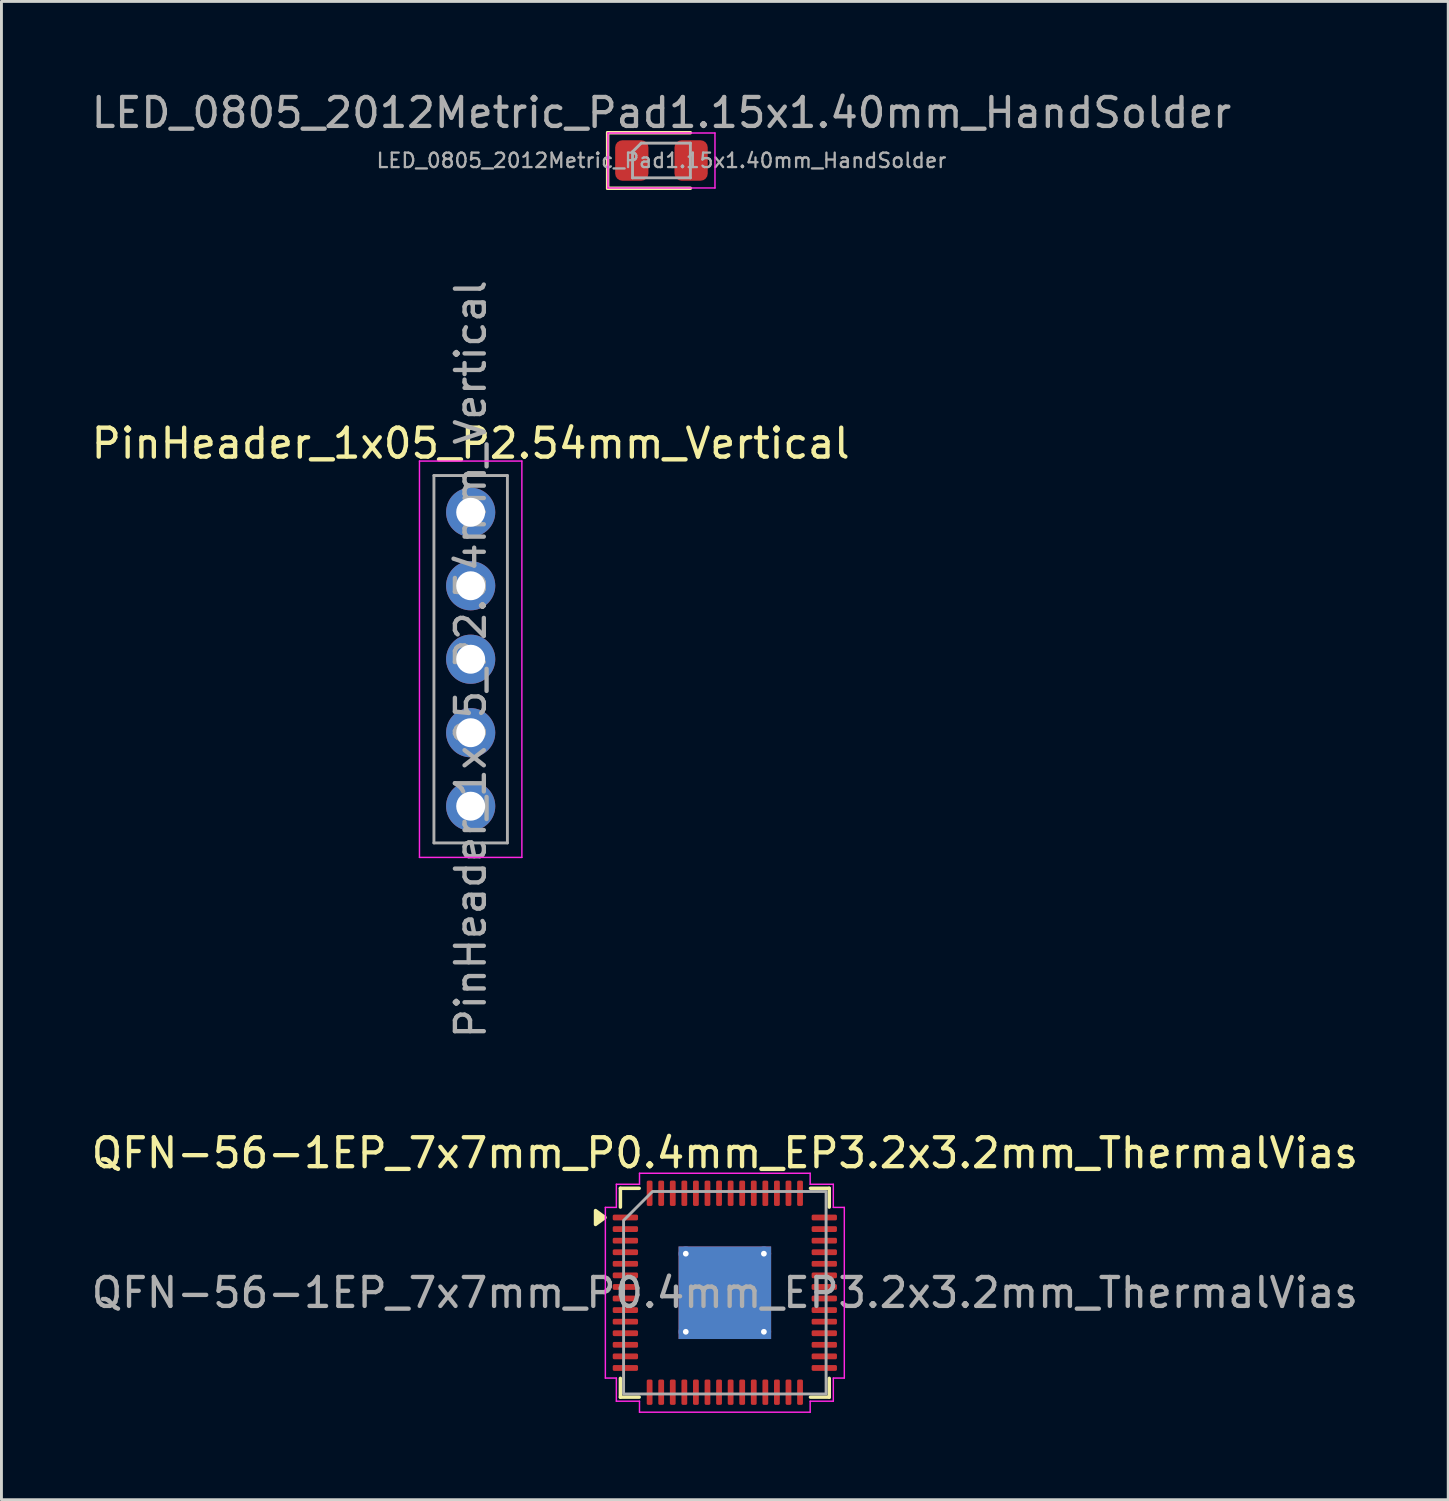
<source format=kicad_pcb>
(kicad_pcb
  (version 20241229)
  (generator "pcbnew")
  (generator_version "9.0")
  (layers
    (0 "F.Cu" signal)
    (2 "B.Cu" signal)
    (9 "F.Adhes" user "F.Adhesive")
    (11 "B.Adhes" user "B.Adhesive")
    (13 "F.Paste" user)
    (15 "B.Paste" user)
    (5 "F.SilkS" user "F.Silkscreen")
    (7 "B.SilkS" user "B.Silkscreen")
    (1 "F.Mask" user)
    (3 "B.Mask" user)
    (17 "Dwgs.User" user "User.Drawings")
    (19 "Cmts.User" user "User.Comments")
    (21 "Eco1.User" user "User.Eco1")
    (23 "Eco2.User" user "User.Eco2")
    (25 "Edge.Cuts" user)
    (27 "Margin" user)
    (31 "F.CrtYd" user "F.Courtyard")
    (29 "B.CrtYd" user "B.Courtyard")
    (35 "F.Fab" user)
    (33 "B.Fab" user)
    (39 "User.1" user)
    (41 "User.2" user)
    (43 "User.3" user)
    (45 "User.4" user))
  (footprint "QFN-56-1EP_7x7mm_P0.4mm_EP3.2x3.2mm_ThermalVias"
    (layer "F.Cu")
    (at 22.006 41.637)
    (property "Reference" "QFN-56-1EP_7x7mm_P0.4mm_EP3.2x3.2mm_ThermalVias" (at 0 -4.83 0) (layer "F.SilkS") (effects (font (size 1 1) (thickness 0.15))))
    (attr smd)
    (fp_line (start -3.61 -3.61) (end -2.96 -3.61) (stroke (width 0.12) (type solid)) (layer "F.SilkS"))
    (fp_line (start -3.61 -2.96) (end -3.61 -3.61) (stroke (width 0.12) (type solid)) (layer "F.SilkS"))
    (fp_line (start -3.61 3.61) (end -3.61 2.96) (stroke (width 0.12) (type solid)) (layer "F.SilkS"))
    (fp_line (start -2.96 3.61) (end -3.61 3.61) (stroke (width 0.12) (type solid)) (layer "F.SilkS"))
    (fp_line (start 2.96 -3.61) (end 3.61 -3.61) (stroke (width 0.12) (type solid)) (layer "F.SilkS"))
    (fp_line (start 3.61 -3.61) (end 3.61 -2.96) (stroke (width 0.12) (type solid)) (layer "F.SilkS"))
    (fp_line (start 3.61 2.96) (end 3.61 3.61) (stroke (width 0.12) (type solid)) (layer "F.SilkS"))
    (fp_line (start 3.61 3.61) (end 2.96 3.61) (stroke (width 0.12) (type solid)) (layer "F.SilkS"))
    (fp_poly (pts (xy -4.14 -2.6) (xy -4.47 -2.36) (xy -4.47 -2.84)) (stroke (width 0.12) (type solid)) (fill yes) (layer "F.SilkS"))
    (fp_line (start -4.13 -2.95) (end -3.75 -2.95) (stroke (width 0.05) (type solid)) (layer "F.CrtYd"))
    (fp_line (start -4.13 2.95) (end -4.13 -2.95) (stroke (width 0.05) (type solid)) (layer "F.CrtYd"))
    (fp_line (start -3.75 -3.75) (end -2.95 -3.75) (stroke (width 0.05) (type solid)) (layer "F.CrtYd"))
    (fp_line (start -3.75 -2.95) (end -3.75 -3.75) (stroke (width 0.05) (type solid)) (layer "F.CrtYd"))
    (fp_line (start -3.75 2.95) (end -4.13 2.95) (stroke (width 0.05) (type solid)) (layer "F.CrtYd"))
    (fp_line (start -3.75 3.75) (end -3.75 2.95) (stroke (width 0.05) (type solid)) (layer "F.CrtYd"))
    (fp_line (start -2.95 -4.13) (end 2.95 -4.13) (stroke (width 0.05) (type solid)) (layer "F.CrtYd"))
    (fp_line (start -2.95 -3.75) (end -2.95 -4.13) (stroke (width 0.05) (type solid)) (layer "F.CrtYd"))
    (fp_line (start -2.95 3.75) (end -3.75 3.75) (stroke (width 0.05) (type solid)) (layer "F.CrtYd"))
    (fp_line (start -2.95 4.13) (end -2.95 3.75) (stroke (width 0.05) (type solid)) (layer "F.CrtYd"))
    (fp_line (start 2.95 -4.13) (end 2.95 -3.75) (stroke (width 0.05) (type solid)) (layer "F.CrtYd"))
    (fp_line (start 2.95 -3.75) (end 3.75 -3.75) (stroke (width 0.05) (type solid)) (layer "F.CrtYd"))
    (fp_line (start 2.95 3.75) (end 2.95 4.13) (stroke (width 0.05) (type solid)) (layer "F.CrtYd"))
    (fp_line (start 2.95 4.13) (end -2.95 4.13) (stroke (width 0.05) (type solid)) (layer "F.CrtYd"))
    (fp_line (start 3.75 -3.75) (end 3.75 -2.95) (stroke (width 0.05) (type solid)) (layer "F.CrtYd"))
    (fp_line (start 3.75 -2.95) (end 4.13 -2.95) (stroke (width 0.05) (type solid)) (layer "F.CrtYd"))
    (fp_line (start 3.75 2.95) (end 3.75 3.75) (stroke (width 0.05) (type solid)) (layer "F.CrtYd"))
    (fp_line (start 3.75 3.75) (end 2.95 3.75) (stroke (width 0.05) (type solid)) (layer "F.CrtYd"))
    (fp_line (start 4.13 -2.95) (end 4.13 2.95) (stroke (width 0.05) (type solid)) (layer "F.CrtYd"))
    (fp_line (start 4.13 2.95) (end 3.75 2.95) (stroke (width 0.05) (type solid)) (layer "F.CrtYd"))
    (fp_poly (pts (xy -3.5 -2.5) (xy -3.5 3.5) (xy 3.5 3.5) (xy 3.5 -3.5) (xy -2.5 -3.5)) (stroke (width 0.1) (type solid)) (fill no) (layer "F.Fab"))
    (fp_text user "${REFERENCE}" (at 0 0 0) (layer "F.Fab") (effects (font (size 1 1) (thickness 0.15))))
    (pad "" smd roundrect (at -0.8 -0.8) (size 1.24 1.24) (layers "F.Paste") (roundrect_rratio 0.202))
    (pad "" smd roundrect (at -0.8 0.8) (size 1.24 1.24) (layers "F.Paste") (roundrect_rratio 0.202))
    (pad "" smd roundrect (at 0.8 -0.8) (size 1.24 1.24) (layers "F.Paste") (roundrect_rratio 0.202))
    (pad "" smd roundrect (at 0.8 0.8) (size 1.24 1.24) (layers "F.Paste") (roundrect_rratio 0.202))
    (pad "1" smd roundrect (at -3.438 -2.6) (size 0.875 0.2) (layers "F.Cu" "F.Mask" "F.Paste") (roundrect_rratio 0.25))
    (pad "2" smd roundrect (at -3.438 -2.2) (size 0.875 0.2) (layers "F.Cu" "F.Mask" "F.Paste") (roundrect_rratio 0.25))
    (pad "3" smd roundrect (at -3.438 -1.8) (size 0.875 0.2) (layers "F.Cu" "F.Mask" "F.Paste") (roundrect_rratio 0.25))
    (pad "4" smd roundrect (at -3.438 -1.4) (size 0.875 0.2) (layers "F.Cu" "F.Mask" "F.Paste") (roundrect_rratio 0.25))
    (pad "5" smd roundrect (at -3.438 -1) (size 0.875 0.2) (layers "F.Cu" "F.Mask" "F.Paste") (roundrect_rratio 0.25))
    (pad "6" smd roundrect (at -3.438 -0.6) (size 0.875 0.2) (layers "F.Cu" "F.Mask" "F.Paste") (roundrect_rratio 0.25))
    (pad "7" smd roundrect (at -3.438 -0.2) (size 0.875 0.2) (layers "F.Cu" "F.Mask" "F.Paste") (roundrect_rratio 0.25))
    (pad "8" smd roundrect (at -3.438 0.2) (size 0.875 0.2) (layers "F.Cu" "F.Mask" "F.Paste") (roundrect_rratio 0.25))
    (pad "9" smd roundrect (at -3.438 0.6) (size 0.875 0.2) (layers "F.Cu" "F.Mask" "F.Paste") (roundrect_rratio 0.25))
    (pad "10" smd roundrect (at -3.438 1) (size 0.875 0.2) (layers "F.Cu" "F.Mask" "F.Paste") (roundrect_rratio 0.25))
    (pad "11" smd roundrect (at -3.438 1.4) (size 0.875 0.2) (layers "F.Cu" "F.Mask" "F.Paste") (roundrect_rratio 0.25))
    (pad "12" smd roundrect (at -3.438 1.8) (size 0.875 0.2) (layers "F.Cu" "F.Mask" "F.Paste") (roundrect_rratio 0.25))
    (pad "13" smd roundrect (at -3.438 2.2) (size 0.875 0.2) (layers "F.Cu" "F.Mask" "F.Paste") (roundrect_rratio 0.25))
    (pad "14" smd roundrect (at -3.438 2.6) (size 0.875 0.2) (layers "F.Cu" "F.Mask" "F.Paste") (roundrect_rratio 0.25))
    (pad "15" smd roundrect (at -2.6 3.438) (size 0.2 0.875) (layers "F.Cu" "F.Mask" "F.Paste") (roundrect_rratio 0.25))
    (pad "16" smd roundrect (at -2.2 3.438) (size 0.2 0.875) (layers "F.Cu" "F.Mask" "F.Paste") (roundrect_rratio 0.25))
    (pad "17" smd roundrect (at -1.8 3.438) (size 0.2 0.875) (layers "F.Cu" "F.Mask" "F.Paste") (roundrect_rratio 0.25))
    (pad "18" smd roundrect (at -1.4 3.438) (size 0.2 0.875) (layers "F.Cu" "F.Mask" "F.Paste") (roundrect_rratio 0.25))
    (pad "19" smd roundrect (at -1 3.438) (size 0.2 0.875) (layers "F.Cu" "F.Mask" "F.Paste") (roundrect_rratio 0.25))
    (pad "20" smd roundrect (at -0.6 3.438) (size 0.2 0.875) (layers "F.Cu" "F.Mask" "F.Paste") (roundrect_rratio 0.25))
    (pad "21" smd roundrect (at -0.2 3.438) (size 0.2 0.875) (layers "F.Cu" "F.Mask" "F.Paste") (roundrect_rratio 0.25))
    (pad "22" smd roundrect (at 0.2 3.438) (size 0.2 0.875) (layers "F.Cu" "F.Mask" "F.Paste") (roundrect_rratio 0.25))
    (pad "23" smd roundrect (at 0.6 3.438) (size 0.2 0.875) (layers "F.Cu" "F.Mask" "F.Paste") (roundrect_rratio 0.25))
    (pad "24" smd roundrect (at 1 3.438) (size 0.2 0.875) (layers "F.Cu" "F.Mask" "F.Paste") (roundrect_rratio 0.25))
    (pad "25" smd roundrect (at 1.4 3.438) (size 0.2 0.875) (layers "F.Cu" "F.Mask" "F.Paste") (roundrect_rratio 0.25))
    (pad "26" smd roundrect (at 1.8 3.438) (size 0.2 0.875) (layers "F.Cu" "F.Mask" "F.Paste") (roundrect_rratio 0.25))
    (pad "27" smd roundrect (at 2.2 3.438) (size 0.2 0.875) (layers "F.Cu" "F.Mask" "F.Paste") (roundrect_rratio 0.25))
    (pad "28" smd roundrect (at 2.6 3.438) (size 0.2 0.875) (layers "F.Cu" "F.Mask" "F.Paste") (roundrect_rratio 0.25))
    (pad "29" smd roundrect (at 3.438 2.6) (size 0.875 0.2) (layers "F.Cu" "F.Mask" "F.Paste") (roundrect_rratio 0.25))
    (pad "30" smd roundrect (at 3.438 2.2) (size 0.875 0.2) (layers "F.Cu" "F.Mask" "F.Paste") (roundrect_rratio 0.25))
    (pad "31" smd roundrect (at 3.438 1.8) (size 0.875 0.2) (layers "F.Cu" "F.Mask" "F.Paste") (roundrect_rratio 0.25))
    (pad "32" smd roundrect (at 3.438 1.4) (size 0.875 0.2) (layers "F.Cu" "F.Mask" "F.Paste") (roundrect_rratio 0.25))
    (pad "33" smd roundrect (at 3.438 1) (size 0.875 0.2) (layers "F.Cu" "F.Mask" "F.Paste") (roundrect_rratio 0.25))
    (pad "34" smd roundrect (at 3.438 0.6) (size 0.875 0.2) (layers "F.Cu" "F.Mask" "F.Paste") (roundrect_rratio 0.25))
    (pad "35" smd roundrect (at 3.438 0.2) (size 0.875 0.2) (layers "F.Cu" "F.Mask" "F.Paste") (roundrect_rratio 0.25))
    (pad "36" smd roundrect (at 3.438 -0.2) (size 0.875 0.2) (layers "F.Cu" "F.Mask" "F.Paste") (roundrect_rratio 0.25))
    (pad "37" smd roundrect (at 3.438 -0.6) (size 0.875 0.2) (layers "F.Cu" "F.Mask" "F.Paste") (roundrect_rratio 0.25))
    (pad "38" smd roundrect (at 3.438 -1) (size 0.875 0.2) (layers "F.Cu" "F.Mask" "F.Paste") (roundrect_rratio 0.25))
    (pad "39" smd roundrect (at 3.438 -1.4) (size 0.875 0.2) (layers "F.Cu" "F.Mask" "F.Paste") (roundrect_rratio 0.25))
    (pad "40" smd roundrect (at 3.438 -1.8) (size 0.875 0.2) (layers "F.Cu" "F.Mask" "F.Paste") (roundrect_rratio 0.25))
    (pad "41" smd roundrect (at 3.438 -2.2) (size 0.875 0.2) (layers "F.Cu" "F.Mask" "F.Paste") (roundrect_rratio 0.25))
    (pad "42" smd roundrect (at 3.438 -2.6) (size 0.875 0.2) (layers "F.Cu" "F.Mask" "F.Paste") (roundrect_rratio 0.25))
    (pad "43" smd roundrect (at 2.6 -3.438) (size 0.2 0.875) (layers "F.Cu" "F.Mask" "F.Paste") (roundrect_rratio 0.25))
    (pad "44" smd roundrect (at 2.2 -3.438) (size 0.2 0.875) (layers "F.Cu" "F.Mask" "F.Paste") (roundrect_rratio 0.25))
    (pad "45" smd roundrect (at 1.8 -3.438) (size 0.2 0.875) (layers "F.Cu" "F.Mask" "F.Paste") (roundrect_rratio 0.25))
    (pad "46" smd roundrect (at 1.4 -3.438) (size 0.2 0.875) (layers "F.Cu" "F.Mask" "F.Paste") (roundrect_rratio 0.25))
    (pad "47" smd roundrect (at 1 -3.438) (size 0.2 0.875) (layers "F.Cu" "F.Mask" "F.Paste") (roundrect_rratio 0.25))
    (pad "48" smd roundrect (at 0.6 -3.438) (size 0.2 0.875) (layers "F.Cu" "F.Mask" "F.Paste") (roundrect_rratio 0.25))
    (pad "49" smd roundrect (at 0.2 -3.438) (size 0.2 0.875) (layers "F.Cu" "F.Mask" "F.Paste") (roundrect_rratio 0.25))
    (pad "50" smd roundrect (at -0.2 -3.438) (size 0.2 0.875) (layers "F.Cu" "F.Mask" "F.Paste") (roundrect_rratio 0.25))
    (pad "51" smd roundrect (at -0.6 -3.438) (size 0.2 0.875) (layers "F.Cu" "F.Mask" "F.Paste") (roundrect_rratio 0.25))
    (pad "52" smd roundrect (at -1 -3.438) (size 0.2 0.875) (layers "F.Cu" "F.Mask" "F.Paste") (roundrect_rratio 0.25))
    (pad "53" smd roundrect (at -1.4 -3.438) (size 0.2 0.875) (layers "F.Cu" "F.Mask" "F.Paste") (roundrect_rratio 0.25))
    (pad "54" smd roundrect (at -1.8 -3.438) (size 0.2 0.875) (layers "F.Cu" "F.Mask" "F.Paste") (roundrect_rratio 0.25))
    (pad "55" smd roundrect (at -2.2 -3.438) (size 0.2 0.875) (layers "F.Cu" "F.Mask" "F.Paste") (roundrect_rratio 0.25))
    (pad "56" smd roundrect (at -2.6 -3.438) (size 0.2 0.875) (layers "F.Cu" "F.Mask" "F.Paste") (roundrect_rratio 0.25))
    (pad "57" thru_hole circle (at -1.35 -1.35) (size 0.5 0.5) (drill 0.2) (property pad_prop_heatsink) (layers "*.Cu"))
    (pad "57" thru_hole circle (at -1.35 1.35) (size 0.5 0.5) (drill 0.2) (property pad_prop_heatsink) (layers "*.Cu"))
    (pad "57" smd rect (at 0 0) (size 3.2 3.2) (property pad_prop_heatsink) (layers "F.Cu" "F.Mask"))
    (pad "57" smd rect (at 0 0) (size 3.2 3.2) (property pad_prop_heatsink) (layers "B.Cu"))
    (pad "57" thru_hole circle (at 1.35 -1.35) (size 0.5 0.5) (drill 0.2) (property pad_prop_heatsink) (layers "*.Cu"))
    (pad "57" thru_hole circle (at 1.35 1.35) (size 0.5 0.5) (drill 0.2) (property pad_prop_heatsink) (layers "*.Cu")))
  (footprint "LED_0805_2012Metric_Pad1.15x1.40mm_HandSolder"
    (layer "F.Cu")
    (at 19.815 2.498)
    (property "Reference" "LED_0805_2012Metric_Pad1.15x1.40mm_HandSolder" (at 0 -1.65 0) (layer "F.Fab") (effects (font (size 1 1) (thickness 0.15))))
    (attr smd)
    (fp_line (start -1.86 -0.96) (end -1.86 0.96) (stroke (width 0.12) (type solid)) (layer "F.SilkS"))
    (fp_line (start -1.86 0.96) (end 1 0.96) (stroke (width 0.12) (type solid)) (layer "F.SilkS"))
    (fp_line (start 1 -0.96) (end -1.86 -0.96) (stroke (width 0.12) (type solid)) (layer "F.SilkS"))
    (fp_line (start -1.85 -0.95) (end 1.85 -0.95) (stroke (width 0.05) (type solid)) (layer "F.CrtYd"))
    (fp_line (start -1.85 0.95) (end -1.85 -0.95) (stroke (width 0.05) (type solid)) (layer "F.CrtYd"))
    (fp_line (start 1.85 -0.95) (end 1.85 0.95) (stroke (width 0.05) (type solid)) (layer "F.CrtYd"))
    (fp_line (start 1.85 0.95) (end -1.85 0.95) (stroke (width 0.05) (type solid)) (layer "F.CrtYd"))
    (fp_line (start -1 -0.3) (end -1 0.6) (stroke (width 0.1) (type solid)) (layer "F.Fab"))
    (fp_line (start -1 0.6) (end 1 0.6) (stroke (width 0.1) (type solid)) (layer "F.Fab"))
    (fp_line (start -0.7 -0.6) (end -1 -0.3) (stroke (width 0.1) (type solid)) (layer "F.Fab"))
    (fp_line (start 1 -0.6) (end -0.7 -0.6) (stroke (width 0.1) (type solid)) (layer "F.Fab"))
    (fp_line (start 1 0.6) (end 1 -0.6) (stroke (width 0.1) (type solid)) (layer "F.Fab"))
    (fp_text user "${REFERENCE}" (at 0 0 0) (layer "F.Fab") (effects (font (size 0.5 0.5) (thickness 0.08))))
    (pad "1" smd roundrect (at -1.025 0) (size 1.15 1.4) (layers "F.Cu" "F.Mask" "F.Paste") (roundrect_rratio 0.217))
    (pad "2" smd roundrect (at 1.025 0) (size 1.15 1.4) (layers "F.Cu" "F.Mask" "F.Paste") (roundrect_rratio 0.217)))
  (footprint "PinHeader_1x05_P2.54mm_Vertical"
    (layer "F.Cu")
    (at 13.22 14.658)
    (property "Reference" "PinHeader_1x05_P2.54mm_Vertical" (at 0 -2.38 0) (layer "F.SilkS") (effects (font (size 1 1) (thickness 0.15))))
    (attr through_hole)
    (fp_line (start -1.77 -1.77) (end -1.77 11.93) (stroke (width 0.05) (type solid)) (layer "F.CrtYd"))
    (fp_line (start -1.77 11.93) (end 1.77 11.93) (stroke (width 0.05) (type solid)) (layer "F.CrtYd"))
    (fp_line (start 1.77 -1.77) (end -1.77 -1.77) (stroke (width 0.05) (type solid)) (layer "F.CrtYd"))
    (fp_line (start 1.77 11.93) (end 1.77 -1.77) (stroke (width 0.05) (type solid)) (layer "F.CrtYd"))
    (fp_line (start -1.27 -1.27) (end -1.27 11.43) (stroke (width 0.1) (type solid)) (layer "F.Fab"))
    (fp_line (start 1.27 -1.27) (end -1.27 -1.27) (stroke (width 0.1) (type solid)) (layer "F.Fab"))
    (fp_line (start 1.27 -1.27) (end 1.27 11.43) (stroke (width 0.1) (type solid)) (layer "F.Fab"))
    (fp_line (start 1.27 11.43) (end -1.27 11.43) (stroke (width 0.1) (type solid)) (layer "F.Fab"))
    (fp_text user "${REFERENCE}" (at 0 5.08 90) (layer "F.Fab") (effects (font (size 1 1) (thickness 0.15))))
    (pad "1" thru_hole circle (at 0 0) (size 1.7 1.7) (drill 1) (layers "*.Cu" "*.Mask"))
    (pad "2" thru_hole circle (at 0 2.54) (size 1.7 1.7) (drill 1) (layers "*.Cu" "*.Mask"))
    (pad "3" thru_hole circle (at 0 5.08) (size 1.7 1.7) (drill 1) (layers "*.Cu" "*.Mask"))
    (pad "4" thru_hole circle (at 0 7.62) (size 1.7 1.7) (drill 1) (layers "*.Cu" "*.Mask"))
    (pad "5" thru_hole circle (at 0 10.16) (size 1.7 1.7) (drill 1) (layers "*.Cu" "*.Mask")))
  (gr_rect
    (start -3 -3)
    (end 47.012 48.792)
    (stroke (width 0.1) (type default))
    (fill no)
    (layer "Edge.Cuts")))
</source>
